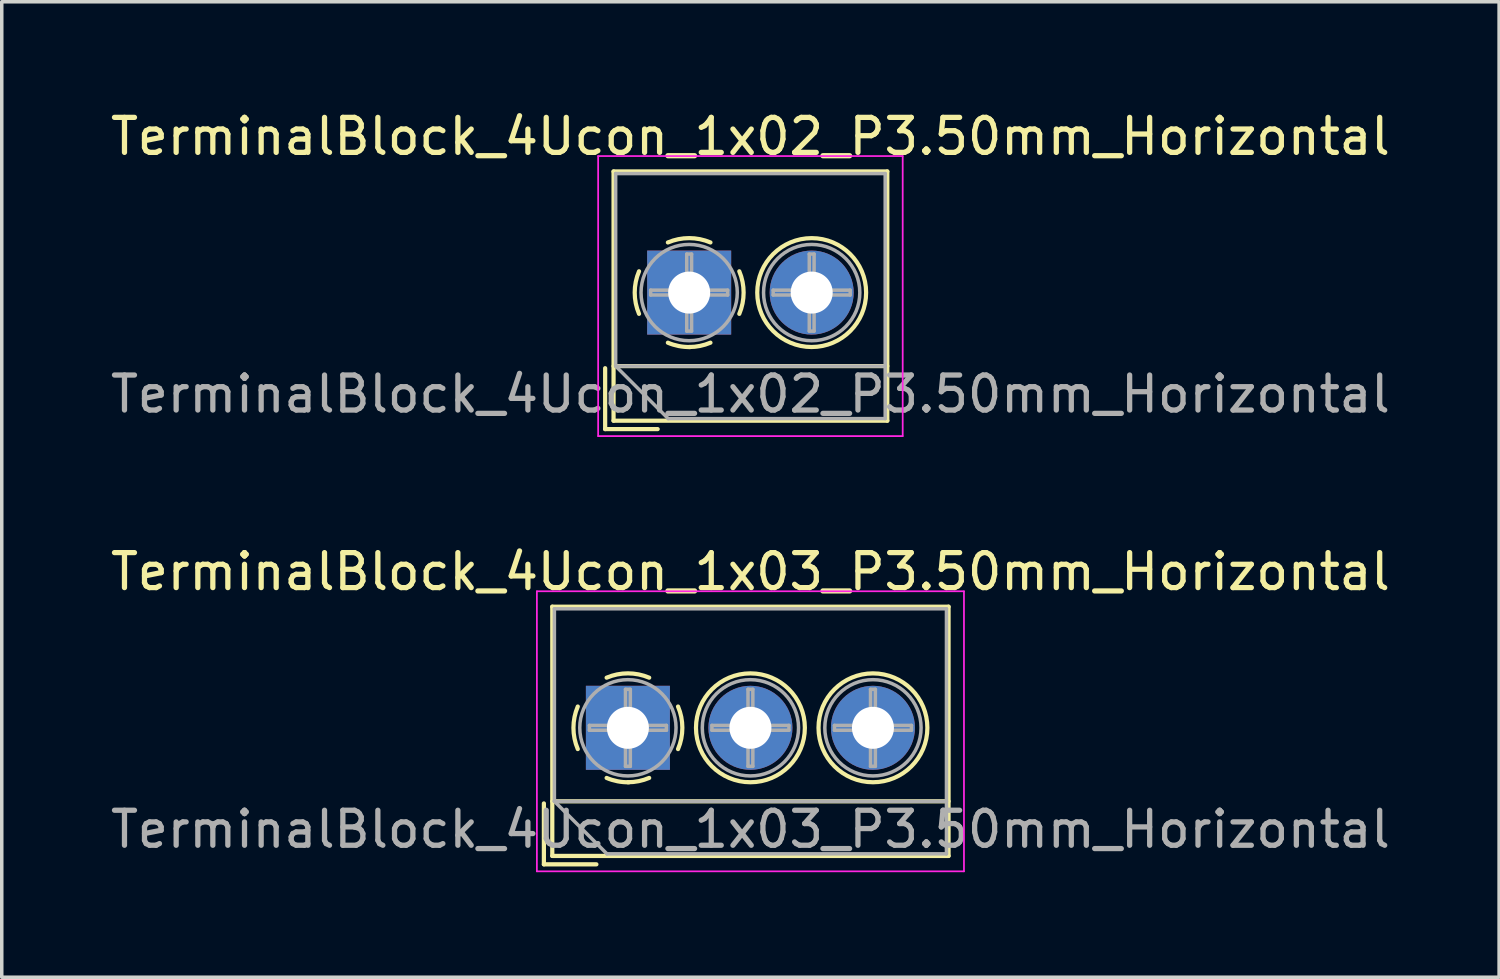
<source format=kicad_pcb>
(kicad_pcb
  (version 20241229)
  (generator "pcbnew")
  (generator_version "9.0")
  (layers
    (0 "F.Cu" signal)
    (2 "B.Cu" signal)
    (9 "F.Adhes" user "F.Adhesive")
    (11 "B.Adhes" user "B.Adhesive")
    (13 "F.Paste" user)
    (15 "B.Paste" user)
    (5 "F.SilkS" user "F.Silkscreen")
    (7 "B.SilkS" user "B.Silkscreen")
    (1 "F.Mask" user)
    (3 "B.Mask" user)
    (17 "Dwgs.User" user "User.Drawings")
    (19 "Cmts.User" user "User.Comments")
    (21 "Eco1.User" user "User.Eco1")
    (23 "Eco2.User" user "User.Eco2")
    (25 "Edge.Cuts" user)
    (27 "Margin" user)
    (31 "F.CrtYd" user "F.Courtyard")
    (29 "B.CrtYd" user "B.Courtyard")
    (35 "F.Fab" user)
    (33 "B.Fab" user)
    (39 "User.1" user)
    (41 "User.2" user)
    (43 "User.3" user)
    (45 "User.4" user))
  (footprint "TerminalBlock_4Ucon_1x02_P3.50mm_Horizontal"
    (layer "F.Cu")
    (at 16.637 5.308)
    (property "Reference" "TerminalBlock_4Ucon_1x02_P3.50mm_Horizontal" (at 1.75 -4.46 0) (layer "F.SilkS") (effects (font (size 1 1) (thickness 0.15))))
    (attr through_hole)
    (fp_line (start -2.4 2.16) (end -2.4 3.9) (stroke (width 0.12) (type solid)) (layer "F.SilkS"))
    (fp_line (start -2.4 3.9) (end -0.9 3.9) (stroke (width 0.12) (type solid)) (layer "F.SilkS"))
    (fp_line (start -2.16 -3.46) (end -2.16 3.66) (stroke (width 0.12) (type solid)) (layer "F.SilkS"))
    (fp_line (start -2.16 -3.46) (end 5.66 -3.46) (stroke (width 0.12) (type solid)) (layer "F.SilkS"))
    (fp_line (start -2.16 2.1) (end 5.66 2.1) (stroke (width 0.12) (type solid)) (layer "F.SilkS"))
    (fp_line (start -2.16 3.66) (end 5.66 3.66) (stroke (width 0.12) (type solid)) (layer "F.SilkS"))
    (fp_line (start 5.66 -3.46) (end 5.66 3.66) (stroke (width 0.12) (type solid)) (layer "F.SilkS"))
    (fp_arc (start -1.432109 0.607742) (mid -1.555727 -0.00014) (end -1.432 -0.608) (stroke (width 0.12) (type solid)) (layer "F.SilkS"))
    (fp_arc (start -0.607742 -1.432109) (mid 0.00014 -1.555727) (end 0.608 -1.432) (stroke (width 0.12) (type solid)) (layer "F.SilkS"))
    (fp_arc (start 0.027011 1.555493) (mid -0.296984 1.527118) (end -0.608 1.432) (stroke (width 0.12) (type solid)) (layer "F.SilkS"))
    (fp_arc (start 0.607587 1.431385) (mid 0.310017 1.523783) (end 0 1.555) (stroke (width 0.12) (type solid)) (layer "F.SilkS"))
    (fp_arc (start 1.432109 -0.607742) (mid 1.555727 0.00014) (end 1.432 0.608) (stroke (width 0.12) (type solid)) (layer "F.SilkS"))
    (fp_circle (center 3.5 0) (end 5.055 0) (stroke (width 0.12) (type solid)) (fill no) (layer "F.SilkS"))
    (fp_line (start -2.6 -3.9) (end -2.6 4.1) (stroke (width 0.05) (type solid)) (layer "F.CrtYd"))
    (fp_line (start -2.6 4.1) (end 6.1 4.1) (stroke (width 0.05) (type solid)) (layer "F.CrtYd"))
    (fp_line (start 6.1 -3.9) (end -2.6 -3.9) (stroke (width 0.05) (type solid)) (layer "F.CrtYd"))
    (fp_line (start 6.1 4.1) (end 6.1 -3.9) (stroke (width 0.05) (type solid)) (layer "F.CrtYd"))
    (fp_line (start -2.1 -3.4) (end 5.6 -3.4) (stroke (width 0.1) (type solid)) (layer "F.Fab"))
    (fp_line (start -2.1 2.1) (end -2.1 -3.4) (stroke (width 0.1) (type solid)) (layer "F.Fab"))
    (fp_line (start -2.1 2.1) (end 5.6 2.1) (stroke (width 0.1) (type solid)) (layer "F.Fab"))
    (fp_line (start -1.1 -0.069) (end -0.069 -0.069) (stroke (width 0.1) (type solid)) (layer "F.Fab"))
    (fp_line (start -1.1 0.069) (end -1.1 -0.069) (stroke (width 0.1) (type solid)) (layer "F.Fab"))
    (fp_line (start -0.6 3.6) (end -2.1 2.1) (stroke (width 0.1) (type solid)) (layer "F.Fab"))
    (fp_line (start -0.069 -1.1) (end 0.069 -1.1) (stroke (width 0.1) (type solid)) (layer "F.Fab"))
    (fp_line (start -0.069 -0.069) (end -0.069 -1.1) (stroke (width 0.1) (type solid)) (layer "F.Fab"))
    (fp_line (start -0.069 0.069) (end -1.1 0.069) (stroke (width 0.1) (type solid)) (layer "F.Fab"))
    (fp_line (start -0.069 1.1) (end -0.069 0.069) (stroke (width 0.1) (type solid)) (layer "F.Fab"))
    (fp_line (start 0.069 -1.1) (end 0.069 -0.069) (stroke (width 0.1) (type solid)) (layer "F.Fab"))
    (fp_line (start 0.069 -0.069) (end 1.1 -0.069) (stroke (width 0.1) (type solid)) (layer "F.Fab"))
    (fp_line (start 0.069 0.069) (end 0.069 1.1) (stroke (width 0.1) (type solid)) (layer "F.Fab"))
    (fp_line (start 0.069 1.1) (end -0.069 1.1) (stroke (width 0.1) (type solid)) (layer "F.Fab"))
    (fp_line (start 1.1 -0.069) (end 1.1 0.069) (stroke (width 0.1) (type solid)) (layer "F.Fab"))
    (fp_line (start 1.1 0.069) (end 0.069 0.069) (stroke (width 0.1) (type solid)) (layer "F.Fab"))
    (fp_line (start 2.4 -0.069) (end 3.431 -0.069) (stroke (width 0.1) (type solid)) (layer "F.Fab"))
    (fp_line (start 2.4 0.069) (end 2.4 -0.069) (stroke (width 0.1) (type solid)) (layer "F.Fab"))
    (fp_line (start 3.431 -1.1) (end 3.569 -1.1) (stroke (width 0.1) (type solid)) (layer "F.Fab"))
    (fp_line (start 3.431 -0.069) (end 3.431 -1.1) (stroke (width 0.1) (type solid)) (layer "F.Fab"))
    (fp_line (start 3.431 0.069) (end 2.4 0.069) (stroke (width 0.1) (type solid)) (layer "F.Fab"))
    (fp_line (start 3.431 1.1) (end 3.431 0.069) (stroke (width 0.1) (type solid)) (layer "F.Fab"))
    (fp_line (start 3.569 -1.1) (end 3.569 -0.069) (stroke (width 0.1) (type solid)) (layer "F.Fab"))
    (fp_line (start 3.569 -0.069) (end 4.6 -0.069) (stroke (width 0.1) (type solid)) (layer "F.Fab"))
    (fp_line (start 3.569 0.069) (end 3.569 1.1) (stroke (width 0.1) (type solid)) (layer "F.Fab"))
    (fp_line (start 3.569 1.1) (end 3.431 1.1) (stroke (width 0.1) (type solid)) (layer "F.Fab"))
    (fp_line (start 4.6 -0.069) (end 4.6 0.069) (stroke (width 0.1) (type solid)) (layer "F.Fab"))
    (fp_line (start 4.6 0.069) (end 3.569 0.069) (stroke (width 0.1) (type solid)) (layer "F.Fab"))
    (fp_line (start 5.6 -3.4) (end 5.6 3.6) (stroke (width 0.1) (type solid)) (layer "F.Fab"))
    (fp_line (start 5.6 3.6) (end -0.6 3.6) (stroke (width 0.1) (type solid)) (layer "F.Fab"))
    (fp_circle (center 0 0) (end 1.375 0) (stroke (width 0.1) (type solid)) (fill no) (layer "F.Fab"))
    (fp_circle (center 3.5 0) (end 4.875 0) (stroke (width 0.1) (type solid)) (fill no) (layer "F.Fab"))
    (fp_text user "${REFERENCE}" (at 1.75 2.9 0) (layer "F.Fab") (effects (font (size 1 1) (thickness 0.15))))
    (pad "1" thru_hole rect (at 0 0) (size 2.4 2.4) (drill 1.2) (layers "*.Cu" "*.Mask"))
    (pad "2" thru_hole circle (at 3.5 0) (size 2.4 2.4) (drill 1.2) (layers "*.Cu" "*.Mask")))
  (footprint "TerminalBlock_4Ucon_1x03_P3.50mm_Horizontal"
    (layer "F.Cu")
    (at 14.887 17.741)
    (property "Reference" "TerminalBlock_4Ucon_1x03_P3.50mm_Horizontal" (at 3.5 -4.46 0) (layer "F.SilkS") (effects (font (size 1 1) (thickness 0.15))))
    (attr through_hole)
    (fp_line (start -2.4 2.16) (end -2.4 3.9) (stroke (width 0.12) (type solid)) (layer "F.SilkS"))
    (fp_line (start -2.4 3.9) (end -0.9 3.9) (stroke (width 0.12) (type solid)) (layer "F.SilkS"))
    (fp_line (start -2.16 -3.46) (end -2.16 3.66) (stroke (width 0.12) (type solid)) (layer "F.SilkS"))
    (fp_line (start -2.16 -3.46) (end 9.16 -3.46) (stroke (width 0.12) (type solid)) (layer "F.SilkS"))
    (fp_line (start -2.16 2.1) (end 9.16 2.1) (stroke (width 0.12) (type solid)) (layer "F.SilkS"))
    (fp_line (start -2.16 3.66) (end 9.16 3.66) (stroke (width 0.12) (type solid)) (layer "F.SilkS"))
    (fp_line (start 9.16 -3.46) (end 9.16 3.66) (stroke (width 0.12) (type solid)) (layer "F.SilkS"))
    (fp_arc (start -1.432109 0.607742) (mid -1.555727 -0.00014) (end -1.432 -0.608) (stroke (width 0.12) (type solid)) (layer "F.SilkS"))
    (fp_arc (start -0.607742 -1.432109) (mid 0.00014 -1.555727) (end 0.608 -1.432) (stroke (width 0.12) (type solid)) (layer "F.SilkS"))
    (fp_arc (start 0.027011 1.555493) (mid -0.296984 1.527118) (end -0.608 1.432) (stroke (width 0.12) (type solid)) (layer "F.SilkS"))
    (fp_arc (start 0.607587 1.431385) (mid 0.310017 1.523783) (end 0 1.555) (stroke (width 0.12) (type solid)) (layer "F.SilkS"))
    (fp_arc (start 1.432109 -0.607742) (mid 1.555727 0.00014) (end 1.432 0.608) (stroke (width 0.12) (type solid)) (layer "F.SilkS"))
    (fp_circle (center 3.5 0) (end 5.055 0) (stroke (width 0.12) (type solid)) (fill no) (layer "F.SilkS"))
    (fp_circle (center 7 0) (end 8.555 0) (stroke (width 0.12) (type solid)) (fill no) (layer "F.SilkS"))
    (fp_line (start -2.6 -3.9) (end -2.6 4.1) (stroke (width 0.05) (type solid)) (layer "F.CrtYd"))
    (fp_line (start -2.6 4.1) (end 9.6 4.1) (stroke (width 0.05) (type solid)) (layer "F.CrtYd"))
    (fp_line (start 9.6 -3.9) (end -2.6 -3.9) (stroke (width 0.05) (type solid)) (layer "F.CrtYd"))
    (fp_line (start 9.6 4.1) (end 9.6 -3.9) (stroke (width 0.05) (type solid)) (layer "F.CrtYd"))
    (fp_line (start -2.1 -3.4) (end 9.1 -3.4) (stroke (width 0.1) (type solid)) (layer "F.Fab"))
    (fp_line (start -2.1 2.1) (end -2.1 -3.4) (stroke (width 0.1) (type solid)) (layer "F.Fab"))
    (fp_line (start -2.1 2.1) (end 9.1 2.1) (stroke (width 0.1) (type solid)) (layer "F.Fab"))
    (fp_line (start -1.1 -0.069) (end -0.069 -0.069) (stroke (width 0.1) (type solid)) (layer "F.Fab"))
    (fp_line (start -1.1 0.069) (end -1.1 -0.069) (stroke (width 0.1) (type solid)) (layer "F.Fab"))
    (fp_line (start -0.6 3.6) (end -2.1 2.1) (stroke (width 0.1) (type solid)) (layer "F.Fab"))
    (fp_line (start -0.069 -1.1) (end 0.069 -1.1) (stroke (width 0.1) (type solid)) (layer "F.Fab"))
    (fp_line (start -0.069 -0.069) (end -0.069 -1.1) (stroke (width 0.1) (type solid)) (layer "F.Fab"))
    (fp_line (start -0.069 0.069) (end -1.1 0.069) (stroke (width 0.1) (type solid)) (layer "F.Fab"))
    (fp_line (start -0.069 1.1) (end -0.069 0.069) (stroke (width 0.1) (type solid)) (layer "F.Fab"))
    (fp_line (start 0.069 -1.1) (end 0.069 -0.069) (stroke (width 0.1) (type solid)) (layer "F.Fab"))
    (fp_line (start 0.069 -0.069) (end 1.1 -0.069) (stroke (width 0.1) (type solid)) (layer "F.Fab"))
    (fp_line (start 0.069 0.069) (end 0.069 1.1) (stroke (width 0.1) (type solid)) (layer "F.Fab"))
    (fp_line (start 0.069 1.1) (end -0.069 1.1) (stroke (width 0.1) (type solid)) (layer "F.Fab"))
    (fp_line (start 1.1 -0.069) (end 1.1 0.069) (stroke (width 0.1) (type solid)) (layer "F.Fab"))
    (fp_line (start 1.1 0.069) (end 0.069 0.069) (stroke (width 0.1) (type solid)) (layer "F.Fab"))
    (fp_line (start 2.4 -0.069) (end 3.431 -0.069) (stroke (width 0.1) (type solid)) (layer "F.Fab"))
    (fp_line (start 2.4 0.069) (end 2.4 -0.069) (stroke (width 0.1) (type solid)) (layer "F.Fab"))
    (fp_line (start 3.431 -1.1) (end 3.569 -1.1) (stroke (width 0.1) (type solid)) (layer "F.Fab"))
    (fp_line (start 3.431 -0.069) (end 3.431 -1.1) (stroke (width 0.1) (type solid)) (layer "F.Fab"))
    (fp_line (start 3.431 0.069) (end 2.4 0.069) (stroke (width 0.1) (type solid)) (layer "F.Fab"))
    (fp_line (start 3.431 1.1) (end 3.431 0.069) (stroke (width 0.1) (type solid)) (layer "F.Fab"))
    (fp_line (start 3.569 -1.1) (end 3.569 -0.069) (stroke (width 0.1) (type solid)) (layer "F.Fab"))
    (fp_line (start 3.569 -0.069) (end 4.6 -0.069) (stroke (width 0.1) (type solid)) (layer "F.Fab"))
    (fp_line (start 3.569 0.069) (end 3.569 1.1) (stroke (width 0.1) (type solid)) (layer "F.Fab"))
    (fp_line (start 3.569 1.1) (end 3.431 1.1) (stroke (width 0.1) (type solid)) (layer "F.Fab"))
    (fp_line (start 4.6 -0.069) (end 4.6 0.069) (stroke (width 0.1) (type solid)) (layer "F.Fab"))
    (fp_line (start 4.6 0.069) (end 3.569 0.069) (stroke (width 0.1) (type solid)) (layer "F.Fab"))
    (fp_line (start 5.9 -0.069) (end 6.931 -0.069) (stroke (width 0.1) (type solid)) (layer "F.Fab"))
    (fp_line (start 5.9 0.069) (end 5.9 -0.069) (stroke (width 0.1) (type solid)) (layer "F.Fab"))
    (fp_line (start 6.931 -1.1) (end 7.069 -1.1) (stroke (width 0.1) (type solid)) (layer "F.Fab"))
    (fp_line (start 6.931 -0.069) (end 6.931 -1.1) (stroke (width 0.1) (type solid)) (layer "F.Fab"))
    (fp_line (start 6.931 0.069) (end 5.9 0.069) (stroke (width 0.1) (type solid)) (layer "F.Fab"))
    (fp_line (start 6.931 1.1) (end 6.931 0.069) (stroke (width 0.1) (type solid)) (layer "F.Fab"))
    (fp_line (start 7.069 -1.1) (end 7.069 -0.069) (stroke (width 0.1) (type solid)) (layer "F.Fab"))
    (fp_line (start 7.069 -0.069) (end 8.1 -0.069) (stroke (width 0.1) (type solid)) (layer "F.Fab"))
    (fp_line (start 7.069 0.069) (end 7.069 1.1) (stroke (width 0.1) (type solid)) (layer "F.Fab"))
    (fp_line (start 7.069 1.1) (end 6.931 1.1) (stroke (width 0.1) (type solid)) (layer "F.Fab"))
    (fp_line (start 8.1 -0.069) (end 8.1 0.069) (stroke (width 0.1) (type solid)) (layer "F.Fab"))
    (fp_line (start 8.1 0.069) (end 7.069 0.069) (stroke (width 0.1) (type solid)) (layer "F.Fab"))
    (fp_line (start 9.1 -3.4) (end 9.1 3.6) (stroke (width 0.1) (type solid)) (layer "F.Fab"))
    (fp_line (start 9.1 3.6) (end -0.6 3.6) (stroke (width 0.1) (type solid)) (layer "F.Fab"))
    (fp_circle (center 0 0) (end 1.375 0) (stroke (width 0.1) (type solid)) (fill no) (layer "F.Fab"))
    (fp_circle (center 3.5 0) (end 4.875 0) (stroke (width 0.1) (type solid)) (fill no) (layer "F.Fab"))
    (fp_circle (center 7 0) (end 8.375 0) (stroke (width 0.1) (type solid)) (fill no) (layer "F.Fab"))
    (fp_text user "${REFERENCE}" (at 3.5 2.9 0) (layer "F.Fab") (effects (font (size 1 1) (thickness 0.15))))
    (pad "1" thru_hole rect (at 0 0) (size 2.4 2.4) (drill 1.2) (layers "*.Cu" "*.Mask"))
    (pad "2" thru_hole circle (at 3.5 0) (size 2.4 2.4) (drill 1.2) (layers "*.Cu" "*.Mask"))
    (pad "3" thru_hole circle (at 7 0) (size 2.4 2.4) (drill 1.2) (layers "*.Cu" "*.Mask")))
  (gr_rect
    (start -3 -3)
    (end 39.774 24.866)
    (stroke (width 0.1) (type default))
    (fill no)
    (layer "Edge.Cuts")))
</source>
